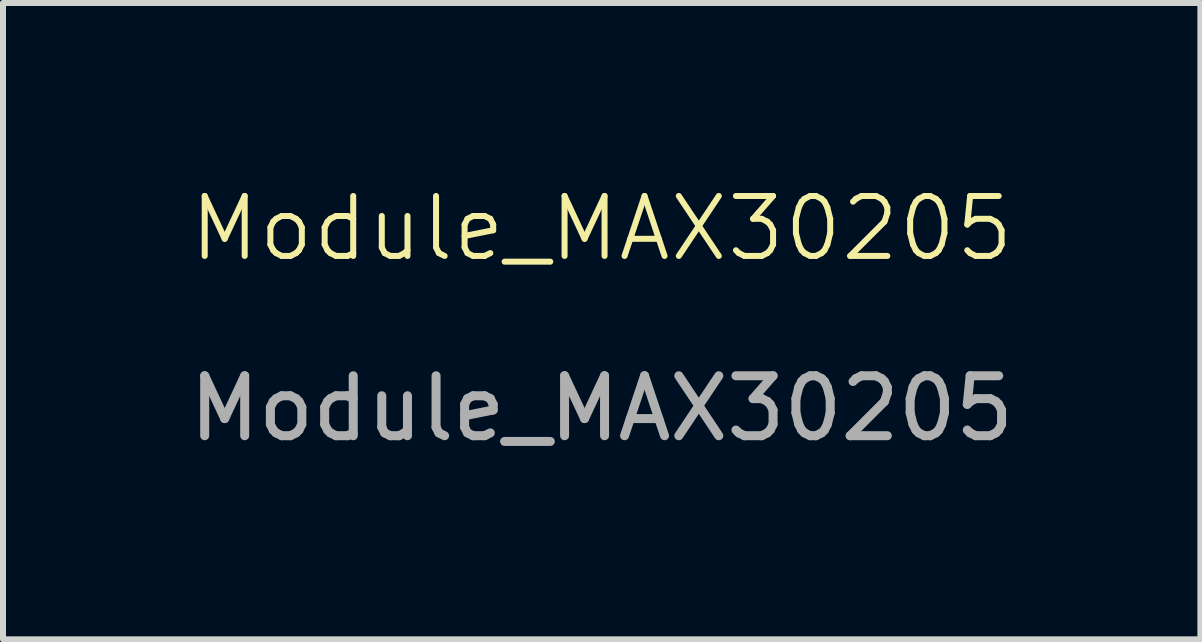
<source format=kicad_pcb>
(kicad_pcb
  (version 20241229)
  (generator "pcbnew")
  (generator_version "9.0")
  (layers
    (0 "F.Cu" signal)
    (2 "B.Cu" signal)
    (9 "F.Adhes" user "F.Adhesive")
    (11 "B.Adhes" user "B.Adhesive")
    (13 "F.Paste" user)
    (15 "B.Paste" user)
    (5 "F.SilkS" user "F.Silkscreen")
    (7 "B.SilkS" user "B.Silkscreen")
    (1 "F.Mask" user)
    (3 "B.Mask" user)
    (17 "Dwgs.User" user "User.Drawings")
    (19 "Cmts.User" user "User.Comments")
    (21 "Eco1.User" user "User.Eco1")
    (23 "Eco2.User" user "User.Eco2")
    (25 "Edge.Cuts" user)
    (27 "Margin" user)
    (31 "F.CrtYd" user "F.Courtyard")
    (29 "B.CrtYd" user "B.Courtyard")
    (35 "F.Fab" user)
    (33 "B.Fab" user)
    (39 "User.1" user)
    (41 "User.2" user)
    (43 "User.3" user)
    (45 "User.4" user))
  (footprint "Module_MAX30205"
    (layer "F.Cu")
    (at 6.982 1.26)
    (property "Reference" "Module_MAX30205" (at 0 -0.5 0) (unlocked yes) (layer "F.SilkS") (effects (font (size 1 1) (thickness 0.1))))
    (attr smd)
    (fp_text user "${REFERENCE}" (at 0 2.5 0) (unlocked yes) (layer "F.Fab") (effects (font (size 1 1) (thickness 0.15)))))
  (gr_rect
    (start -3 -3)
    (end 16.964 7.609)
    (stroke (width 0.1) (type default))
    (fill no)
    (layer "Edge.Cuts")))
</source>
